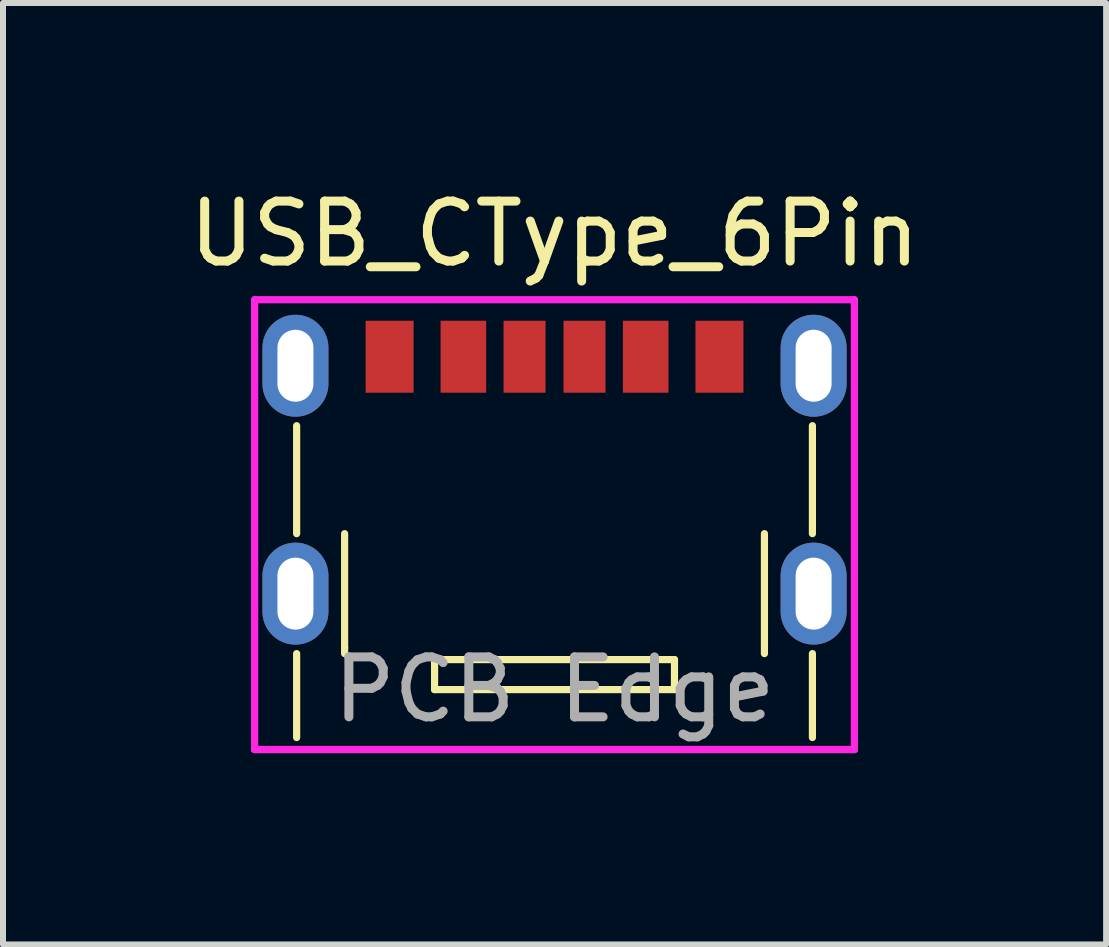
<source format=kicad_pcb>
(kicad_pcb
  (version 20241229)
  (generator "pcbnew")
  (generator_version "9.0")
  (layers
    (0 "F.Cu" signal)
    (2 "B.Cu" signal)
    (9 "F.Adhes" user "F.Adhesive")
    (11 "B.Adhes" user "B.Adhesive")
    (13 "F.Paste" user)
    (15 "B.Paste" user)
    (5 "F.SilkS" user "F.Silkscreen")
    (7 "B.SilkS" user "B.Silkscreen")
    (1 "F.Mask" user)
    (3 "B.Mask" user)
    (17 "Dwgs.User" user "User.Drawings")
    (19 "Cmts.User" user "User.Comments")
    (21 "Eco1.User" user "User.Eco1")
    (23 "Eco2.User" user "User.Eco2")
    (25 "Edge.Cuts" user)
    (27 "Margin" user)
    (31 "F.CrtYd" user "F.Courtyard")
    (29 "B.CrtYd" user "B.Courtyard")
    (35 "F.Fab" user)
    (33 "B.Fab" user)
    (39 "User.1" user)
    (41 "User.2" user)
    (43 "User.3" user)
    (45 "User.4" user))
  (footprint "USB_CType_6Pin"
    (layer "F.Cu")
    (at 6.196 9.448)
    (property "Reference" "USB_CType_6Pin" (at 0 -8.6 0) (layer "F.SilkS") (effects (font (size 1 1) (thickness 0.15))))
    (attr through_hole)
    (fp_line (start -4.3 -5.4) (end -4.3 -3.6) (stroke (width 0.12) (type solid)) (layer "F.SilkS"))
    (fp_line (start -4.3 -1.6) (end -4.3 -0.2) (stroke (width 0.12) (type solid)) (layer "F.SilkS"))
    (fp_line (start -3.5 -3.6) (end -3.5 -1.7) (stroke (width 0.12) (type solid)) (layer "F.SilkS"))
    (fp_line (start -3.5 -1.7) (end -3.5 -1.6) (stroke (width 0.12) (type solid)) (layer "F.SilkS"))
    (fp_line (start -2 -1.5) (end -2 -1) (stroke (width 0.12) (type solid)) (layer "F.SilkS"))
    (fp_line (start -2 -1) (end 2 -1) (stroke (width 0.12) (type solid)) (layer "F.SilkS"))
    (fp_line (start 2 -1.5) (end -2 -1.5) (stroke (width 0.12) (type solid)) (layer "F.SilkS"))
    (fp_line (start 2 -1) (end 2 -1.5) (stroke (width 0.12) (type solid)) (layer "F.SilkS"))
    (fp_line (start 3.5 -3.6) (end 3.5 -1.6) (stroke (width 0.12) (type solid)) (layer "F.SilkS"))
    (fp_line (start 4.3 -5.4) (end 4.3 -3.6) (stroke (width 0.12) (type solid)) (layer "F.SilkS"))
    (fp_line (start 4.3 -1.6) (end 4.3 -0.2) (stroke (width 0.12) (type solid)) (layer "F.SilkS"))
    (fp_line (start -5 -7.5) (end -5 0) (stroke (width 0.12) (type solid)) (layer "F.CrtYd"))
    (fp_line (start -5 0) (end 5 0) (stroke (width 0.12) (type solid)) (layer "F.CrtYd"))
    (fp_line (start 5 -7.5) (end -5 -7.5) (stroke (width 0.12) (type solid)) (layer "F.CrtYd"))
    (fp_line (start 5 0) (end 5 -7.5) (stroke (width 0.12) (type solid)) (layer "F.CrtYd"))
    (fp_line (start 5 0) (end -5 0) (stroke (width 0.12) (type solid)) (layer "F.Fab"))
    (fp_text user "PCB Edge" (at 0 -1 0) (layer "F.Fab") (effects (font (size 1 1) (thickness 0.15))))
    (pad "A5" smd rect (at -0.5 -6.55) (size 0.7 1.2) (layers "F.Cu" "F.Mask" "F.Paste"))
    (pad "A9" smd rect (at 1.52 -6.55) (size 0.76 1.2) (layers "F.Cu" "F.Mask" "F.Paste"))
    (pad "A12" smd rect (at 2.75 -6.55) (size 0.8 1.2) (layers "F.Cu" "F.Mask" "F.Paste"))
    (pad "A12" thru_hole oval (at 4.32 -6.4) (size 1.1 1.7) (drill oval 0.6 1.2) (layers "*.Cu" "*.Mask"))
    (pad "A12" thru_hole oval (at 4.32 -2.6) (size 1.1 1.7) (drill oval 0.6 1.2) (layers "*.Cu" "*.Mask"))
    (pad "B5" smd rect (at 0.5 -6.55) (size 0.7 1.2) (layers "F.Cu" "F.Mask" "F.Paste"))
    (pad "B9" smd rect (at -1.52 -6.55) (size 0.76 1.2) (layers "F.Cu" "F.Mask" "F.Paste"))
    (pad "B12" thru_hole oval (at -4.32 -6.4) (size 1.1 1.7) (drill oval 0.6 1.2) (layers "*.Cu" "*.Mask"))
    (pad "B12" thru_hole oval (at -4.32 -2.6) (size 1.1 1.7) (drill oval 0.6 1.2) (layers "*.Cu" "*.Mask"))
    (pad "B12" smd rect (at -2.75 -6.55) (size 0.8 1.2) (layers "F.Cu" "F.Mask" "F.Paste")))
  (gr_rect
    (start -3 -3)
    (end 15.393 12.698)
    (stroke (width 0.1) (type default))
    (fill no)
    (layer "Edge.Cuts")))
</source>
